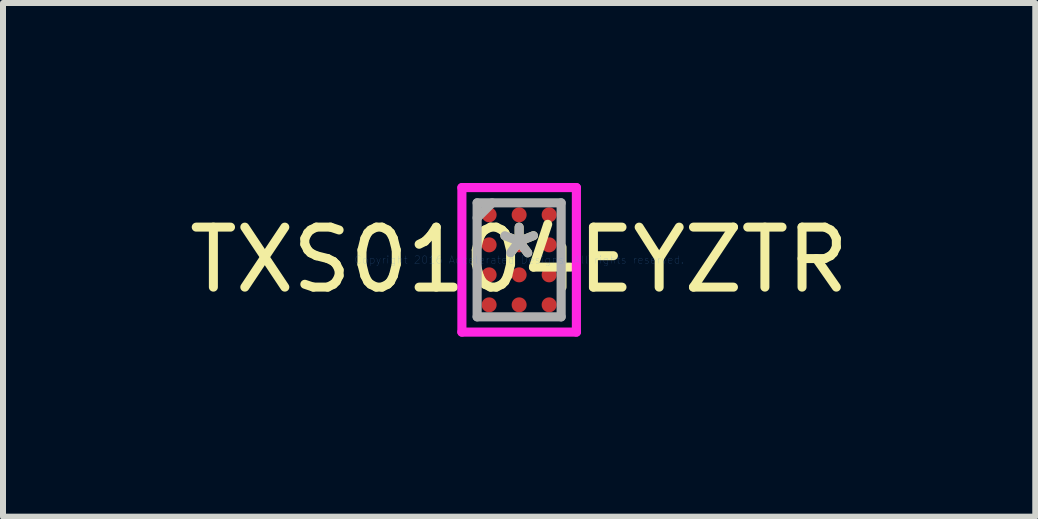
<source format=kicad_pcb>
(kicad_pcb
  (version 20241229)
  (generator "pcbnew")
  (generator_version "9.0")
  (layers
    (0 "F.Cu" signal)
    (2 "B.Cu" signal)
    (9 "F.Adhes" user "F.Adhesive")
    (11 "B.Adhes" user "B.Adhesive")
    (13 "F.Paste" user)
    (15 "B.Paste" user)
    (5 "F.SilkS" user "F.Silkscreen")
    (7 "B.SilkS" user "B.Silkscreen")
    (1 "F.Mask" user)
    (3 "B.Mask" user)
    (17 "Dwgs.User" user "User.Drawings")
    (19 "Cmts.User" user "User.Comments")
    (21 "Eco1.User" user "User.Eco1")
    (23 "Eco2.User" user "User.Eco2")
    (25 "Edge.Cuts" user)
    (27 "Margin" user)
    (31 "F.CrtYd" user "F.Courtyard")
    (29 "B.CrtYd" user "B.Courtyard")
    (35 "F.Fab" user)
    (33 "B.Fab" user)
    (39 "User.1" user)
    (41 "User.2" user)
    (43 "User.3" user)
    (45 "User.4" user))
  (footprint "TXS0104EYZTR"
    (layer "F.Cu")
    (at 5.601 1.28)
    (property "Reference" "TXS0104EYZTR" (at 0 0 0) (layer "F.SilkS") (effects (font (size 1 1) (thickness 0.15))))
    (attr through_hole)
    (fp_line (start -0.954 -1.204) (end 0.954 -1.204) (stroke (width 0.152) (type solid)) (layer "F.CrtYd"))
    (fp_line (start -0.954 1.204) (end -0.954 -1.204) (stroke (width 0.152) (type solid)) (layer "F.CrtYd"))
    (fp_line (start 0.954 -1.204) (end 0.954 1.204) (stroke (width 0.152) (type solid)) (layer "F.CrtYd"))
    (fp_line (start 0.954 1.204) (end -0.954 1.204) (stroke (width 0.152) (type solid)) (layer "F.CrtYd"))
    (fp_line (start -0.7 -0.95) (end -0.7 0.95) (stroke (width 0.152) (type solid)) (layer "F.Fab"))
    (fp_line (start -0.7 0.95) (end 0.7 0.95) (stroke (width 0.152) (type solid)) (layer "F.Fab"))
    (fp_line (start -0.45 -0.95) (end -0.7 -0.7) (stroke (width 0.152) (type solid)) (layer "F.Fab"))
    (fp_line (start 0.7 -0.95) (end -0.7 -0.95) (stroke (width 0.152) (type solid)) (layer "F.Fab"))
    (fp_line (start 0.7 0.95) (end 0.7 -0.95) (stroke (width 0.152) (type solid)) (layer "F.Fab"))
    (fp_text user "*" (at 0 0 0) (layer "F.SilkS") (effects (font (size 1 1) (thickness 0.15))))
    (fp_text user "Copyright 2016 Accelerated Designs. All rights reserved." (at 0 0 0) (layer "Cmts.User") (effects (font (size 0.127 0.127) (thickness 0.002))))
    (fp_text user "*" (at 0 0 0) (layer "F.Fab") (effects (font (size 1 1) (thickness 0.15))))
    (pad "A1" smd circle (at -0.5 -0.75) (size 0.25 0.25) (layers "F.Cu" "F.Mask" "F.Paste"))
    (pad "A2" smd circle (at 0 -0.75) (size 0.25 0.25) (layers "F.Cu" "F.Mask" "F.Paste"))
    (pad "A3" smd circle (at 0.5 -0.75) (size 0.25 0.25) (layers "F.Cu" "F.Mask" "F.Paste"))
    (pad "B1" smd circle (at -0.5 -0.25) (size 0.25 0.25) (layers "F.Cu" "F.Mask" "F.Paste"))
    (pad "B2" smd circle (at 0 -0.25) (size 0.25 0.25) (layers "F.Cu" "F.Mask" "F.Paste"))
    (pad "B3" smd circle (at 0.5 -0.25) (size 0.25 0.25) (layers "F.Cu" "F.Mask" "F.Paste"))
    (pad "C1" smd circle (at -0.5 0.25) (size 0.25 0.25) (layers "F.Cu" "F.Mask" "F.Paste"))
    (pad "C2" smd circle (at 0 0.25) (size 0.25 0.25) (layers "F.Cu" "F.Mask" "F.Paste"))
    (pad "C3" smd circle (at 0.5 0.25) (size 0.25 0.25) (layers "F.Cu" "F.Mask" "F.Paste"))
    (pad "D1" smd circle (at -0.5 0.75) (size 0.25 0.25) (layers "F.Cu" "F.Mask" "F.Paste"))
    (pad "D2" smd circle (at 0 0.75) (size 0.25 0.25) (layers "F.Cu" "F.Mask" "F.Paste"))
    (pad "D3" smd circle (at 0.5 0.75) (size 0.25 0.25) (layers "F.Cu" "F.Mask" "F.Paste")))
  (gr_rect
    (start -3 -3)
    (end 14.202 5.56)
    (stroke (width 0.1) (type default))
    (fill no)
    (layer "Edge.Cuts")))
</source>
